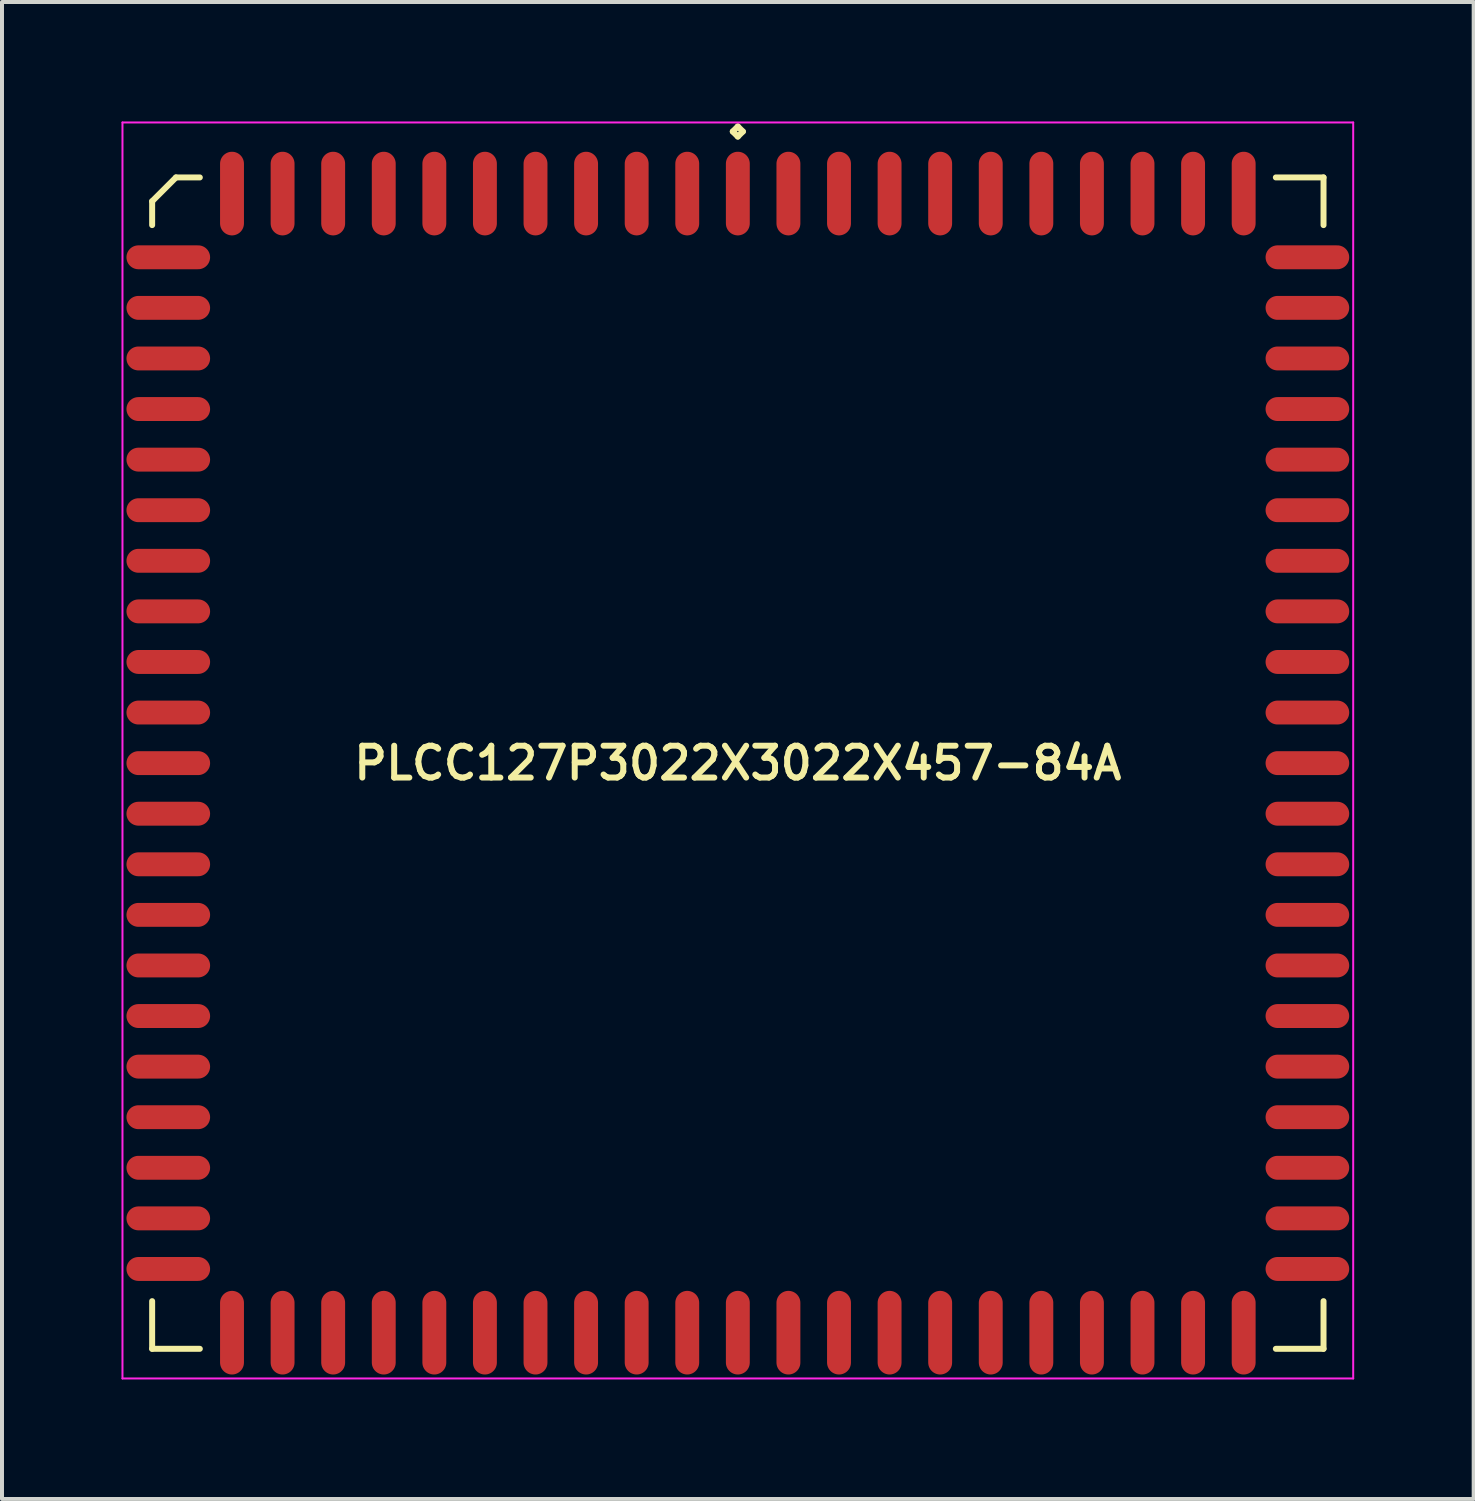
<source format=kicad_pcb>
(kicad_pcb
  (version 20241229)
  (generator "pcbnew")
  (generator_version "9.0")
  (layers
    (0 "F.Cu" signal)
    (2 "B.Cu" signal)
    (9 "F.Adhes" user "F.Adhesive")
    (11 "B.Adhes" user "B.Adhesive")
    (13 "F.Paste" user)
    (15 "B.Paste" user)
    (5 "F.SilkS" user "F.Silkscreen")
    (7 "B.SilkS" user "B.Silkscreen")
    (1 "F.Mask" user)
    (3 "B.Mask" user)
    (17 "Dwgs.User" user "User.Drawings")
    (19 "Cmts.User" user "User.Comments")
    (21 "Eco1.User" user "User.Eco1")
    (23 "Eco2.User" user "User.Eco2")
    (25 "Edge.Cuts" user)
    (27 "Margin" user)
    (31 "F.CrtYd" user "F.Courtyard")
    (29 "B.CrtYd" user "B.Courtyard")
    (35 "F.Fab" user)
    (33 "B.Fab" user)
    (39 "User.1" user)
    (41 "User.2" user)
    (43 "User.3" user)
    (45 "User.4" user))
  (footprint "PLCC127P3022X3022X457-84A"
    (layer "F.Cu")
    (at 15.475 16.11)
    (property "Reference" "PLCC127P3022X3022X457-84A" (at 0 0 0) (layer "F.SilkS") (effects (font (size 0.8 0.8) (thickness 0.15))))
    (attr smd)
    (fp_line (start -14.705 -14.107) (end -14.107 -14.705) (stroke (width 0.15) (type solid)) (layer "F.SilkS"))
    (fp_line (start -14.705 -13.508) (end -14.705 -14.107) (stroke (width 0.15) (type solid)) (layer "F.SilkS"))
    (fp_line (start -14.705 13.508) (end -14.705 14.705) (stroke (width 0.15) (type solid)) (layer "F.SilkS"))
    (fp_line (start -14.705 14.705) (end -13.508 14.705) (stroke (width 0.15) (type solid)) (layer "F.SilkS"))
    (fp_line (start -14.107 -14.705) (end -13.508 -14.705) (stroke (width 0.15) (type solid)) (layer "F.SilkS"))
    (fp_line (start -0.127 -15.858) (end 0 -15.985) (stroke (width 0.15) (type solid)) (layer "F.SilkS"))
    (fp_line (start 0 -15.985) (end 0.127 -15.858) (stroke (width 0.15) (type solid)) (layer "F.SilkS"))
    (fp_line (start 0 -15.731) (end -0.127 -15.858) (stroke (width 0.15) (type solid)) (layer "F.SilkS"))
    (fp_line (start 0.127 -15.858) (end 0 -15.731) (stroke (width 0.15) (type solid)) (layer "F.SilkS"))
    (fp_line (start 14.705 -14.705) (end 13.508 -14.705) (stroke (width 0.15) (type solid)) (layer "F.SilkS"))
    (fp_line (start 14.705 -13.508) (end 14.705 -14.705) (stroke (width 0.15) (type solid)) (layer "F.SilkS"))
    (fp_line (start 14.705 13.508) (end 14.705 14.705) (stroke (width 0.15) (type solid)) (layer "F.SilkS"))
    (fp_line (start 14.705 14.705) (end 13.508 14.705) (stroke (width 0.15) (type solid)) (layer "F.SilkS"))
    (fp_line (start -15.45 -16.085) (end 15.45 -16.085) (stroke (width 0.05) (type solid)) (layer "F.CrtYd"))
    (fp_line (start -15.45 15.45) (end -15.45 -16.085) (stroke (width 0.05) (type solid)) (layer "F.CrtYd"))
    (fp_line (start 15.45 -16.085) (end 15.45 15.45) (stroke (width 0.05) (type solid)) (layer "F.CrtYd"))
    (fp_line (start 15.45 15.45) (end -15.45 15.45) (stroke (width 0.05) (type solid)) (layer "F.CrtYd"))
    (pad "1" smd oval (at 0 -14.3) (size 0.6 2.1) (layers "F.Cu" "F.Mask" "F.Paste"))
    (pad "2" smd oval (at -1.27 -14.3) (size 0.6 2.1) (layers "F.Cu" "F.Mask" "F.Paste"))
    (pad "3" smd oval (at -2.54 -14.3) (size 0.6 2.1) (layers "F.Cu" "F.Mask" "F.Paste"))
    (pad "4" smd oval (at -3.81 -14.3) (size 0.6 2.1) (layers "F.Cu" "F.Mask" "F.Paste"))
    (pad "5" smd oval (at -5.08 -14.3) (size 0.6 2.1) (layers "F.Cu" "F.Mask" "F.Paste"))
    (pad "6" smd oval (at -6.35 -14.3) (size 0.6 2.1) (layers "F.Cu" "F.Mask" "F.Paste"))
    (pad "7" smd oval (at -7.62 -14.3) (size 0.6 2.1) (layers "F.Cu" "F.Mask" "F.Paste"))
    (pad "8" smd oval (at -8.89 -14.3) (size 0.6 2.1) (layers "F.Cu" "F.Mask" "F.Paste"))
    (pad "9" smd oval (at -10.16 -14.3) (size 0.6 2.1) (layers "F.Cu" "F.Mask" "F.Paste"))
    (pad "10" smd oval (at -11.43 -14.3) (size 0.6 2.1) (layers "F.Cu" "F.Mask" "F.Paste"))
    (pad "11" smd oval (at -12.7 -14.3) (size 0.6 2.1) (layers "F.Cu" "F.Mask" "F.Paste"))
    (pad "12" smd oval (at -14.3 -12.7) (size 2.1 0.6) (layers "F.Cu" "F.Mask" "F.Paste"))
    (pad "13" smd oval (at -14.3 -11.43) (size 2.1 0.6) (layers "F.Cu" "F.Mask" "F.Paste"))
    (pad "14" smd oval (at -14.3 -10.16) (size 2.1 0.6) (layers "F.Cu" "F.Mask" "F.Paste"))
    (pad "15" smd oval (at -14.3 -8.89) (size 2.1 0.6) (layers "F.Cu" "F.Mask" "F.Paste"))
    (pad "16" smd oval (at -14.3 -7.62) (size 2.1 0.6) (layers "F.Cu" "F.Mask" "F.Paste"))
    (pad "17" smd oval (at -14.3 -6.35) (size 2.1 0.6) (layers "F.Cu" "F.Mask" "F.Paste"))
    (pad "18" smd oval (at -14.3 -5.08) (size 2.1 0.6) (layers "F.Cu" "F.Mask" "F.Paste"))
    (pad "19" smd oval (at -14.3 -3.81) (size 2.1 0.6) (layers "F.Cu" "F.Mask" "F.Paste"))
    (pad "20" smd oval (at -14.3 -2.54) (size 2.1 0.6) (layers "F.Cu" "F.Mask" "F.Paste"))
    (pad "21" smd oval (at -14.3 -1.27) (size 2.1 0.6) (layers "F.Cu" "F.Mask" "F.Paste"))
    (pad "22" smd oval (at -14.3 0) (size 2.1 0.6) (layers "F.Cu" "F.Mask" "F.Paste"))
    (pad "23" smd oval (at -14.3 1.27) (size 2.1 0.6) (layers "F.Cu" "F.Mask" "F.Paste"))
    (pad "24" smd oval (at -14.3 2.54) (size 2.1 0.6) (layers "F.Cu" "F.Mask" "F.Paste"))
    (pad "25" smd oval (at -14.3 3.81) (size 2.1 0.6) (layers "F.Cu" "F.Mask" "F.Paste"))
    (pad "26" smd oval (at -14.3 5.08) (size 2.1 0.6) (layers "F.Cu" "F.Mask" "F.Paste"))
    (pad "27" smd oval (at -14.3 6.35) (size 2.1 0.6) (layers "F.Cu" "F.Mask" "F.Paste"))
    (pad "28" smd oval (at -14.3 7.62) (size 2.1 0.6) (layers "F.Cu" "F.Mask" "F.Paste"))
    (pad "29" smd oval (at -14.3 8.89) (size 2.1 0.6) (layers "F.Cu" "F.Mask" "F.Paste"))
    (pad "30" smd oval (at -14.3 10.16) (size 2.1 0.6) (layers "F.Cu" "F.Mask" "F.Paste"))
    (pad "31" smd oval (at -14.3 11.43) (size 2.1 0.6) (layers "F.Cu" "F.Mask" "F.Paste"))
    (pad "32" smd oval (at -14.3 12.7) (size 2.1 0.6) (layers "F.Cu" "F.Mask" "F.Paste"))
    (pad "33" smd oval (at -12.7 14.3) (size 0.6 2.1) (layers "F.Cu" "F.Mask" "F.Paste"))
    (pad "34" smd oval (at -11.43 14.3) (size 0.6 2.1) (layers "F.Cu" "F.Mask" "F.Paste"))
    (pad "35" smd oval (at -10.16 14.3) (size 0.6 2.1) (layers "F.Cu" "F.Mask" "F.Paste"))
    (pad "36" smd oval (at -8.89 14.3) (size 0.6 2.1) (layers "F.Cu" "F.Mask" "F.Paste"))
    (pad "37" smd oval (at -7.62 14.3) (size 0.6 2.1) (layers "F.Cu" "F.Mask" "F.Paste"))
    (pad "38" smd oval (at -6.35 14.3) (size 0.6 2.1) (layers "F.Cu" "F.Mask" "F.Paste"))
    (pad "39" smd oval (at -5.08 14.3) (size 0.6 2.1) (layers "F.Cu" "F.Mask" "F.Paste"))
    (pad "40" smd oval (at -3.81 14.3) (size 0.6 2.1) (layers "F.Cu" "F.Mask" "F.Paste"))
    (pad "41" smd oval (at -2.54 14.3) (size 0.6 2.1) (layers "F.Cu" "F.Mask" "F.Paste"))
    (pad "42" smd oval (at -1.27 14.3) (size 0.6 2.1) (layers "F.Cu" "F.Mask" "F.Paste"))
    (pad "43" smd oval (at 0 14.3) (size 0.6 2.1) (layers "F.Cu" "F.Mask" "F.Paste"))
    (pad "44" smd oval (at 1.27 14.3) (size 0.6 2.1) (layers "F.Cu" "F.Mask" "F.Paste"))
    (pad "45" smd oval (at 2.54 14.3) (size 0.6 2.1) (layers "F.Cu" "F.Mask" "F.Paste"))
    (pad "46" smd oval (at 3.81 14.3) (size 0.6 2.1) (layers "F.Cu" "F.Mask" "F.Paste"))
    (pad "47" smd oval (at 5.08 14.3) (size 0.6 2.1) (layers "F.Cu" "F.Mask" "F.Paste"))
    (pad "48" smd oval (at 6.35 14.3) (size 0.6 2.1) (layers "F.Cu" "F.Mask" "F.Paste"))
    (pad "49" smd oval (at 7.62 14.3) (size 0.6 2.1) (layers "F.Cu" "F.Mask" "F.Paste"))
    (pad "50" smd oval (at 8.89 14.3) (size 0.6 2.1) (layers "F.Cu" "F.Mask" "F.Paste"))
    (pad "51" smd oval (at 10.16 14.3) (size 0.6 2.1) (layers "F.Cu" "F.Mask" "F.Paste"))
    (pad "52" smd oval (at 11.43 14.3) (size 0.6 2.1) (layers "F.Cu" "F.Mask" "F.Paste"))
    (pad "53" smd oval (at 12.7 14.3) (size 0.6 2.1) (layers "F.Cu" "F.Mask" "F.Paste"))
    (pad "54" smd oval (at 14.3 12.7) (size 2.1 0.6) (layers "F.Cu" "F.Mask" "F.Paste"))
    (pad "55" smd oval (at 14.3 11.43) (size 2.1 0.6) (layers "F.Cu" "F.Mask" "F.Paste"))
    (pad "56" smd oval (at 14.3 10.16) (size 2.1 0.6) (layers "F.Cu" "F.Mask" "F.Paste"))
    (pad "57" smd oval (at 14.3 8.89) (size 2.1 0.6) (layers "F.Cu" "F.Mask" "F.Paste"))
    (pad "58" smd oval (at 14.3 7.62) (size 2.1 0.6) (layers "F.Cu" "F.Mask" "F.Paste"))
    (pad "59" smd oval (at 14.3 6.35) (size 2.1 0.6) (layers "F.Cu" "F.Mask" "F.Paste"))
    (pad "60" smd oval (at 14.3 5.08) (size 2.1 0.6) (layers "F.Cu" "F.Mask" "F.Paste"))
    (pad "61" smd oval (at 14.3 3.81) (size 2.1 0.6) (layers "F.Cu" "F.Mask" "F.Paste"))
    (pad "62" smd oval (at 14.3 2.54) (size 2.1 0.6) (layers "F.Cu" "F.Mask" "F.Paste"))
    (pad "63" smd oval (at 14.3 1.27) (size 2.1 0.6) (layers "F.Cu" "F.Mask" "F.Paste"))
    (pad "64" smd oval (at 14.3 0) (size 2.1 0.6) (layers "F.Cu" "F.Mask" "F.Paste"))
    (pad "65" smd oval (at 14.3 -1.27) (size 2.1 0.6) (layers "F.Cu" "F.Mask" "F.Paste"))
    (pad "66" smd oval (at 14.3 -2.54) (size 2.1 0.6) (layers "F.Cu" "F.Mask" "F.Paste"))
    (pad "67" smd oval (at 14.3 -3.81) (size 2.1 0.6) (layers "F.Cu" "F.Mask" "F.Paste"))
    (pad "68" smd oval (at 14.3 -5.08) (size 2.1 0.6) (layers "F.Cu" "F.Mask" "F.Paste"))
    (pad "69" smd oval (at 14.3 -6.35) (size 2.1 0.6) (layers "F.Cu" "F.Mask" "F.Paste"))
    (pad "70" smd oval (at 14.3 -7.62) (size 2.1 0.6) (layers "F.Cu" "F.Mask" "F.Paste"))
    (pad "71" smd oval (at 14.3 -8.89) (size 2.1 0.6) (layers "F.Cu" "F.Mask" "F.Paste"))
    (pad "72" smd oval (at 14.3 -10.16) (size 2.1 0.6) (layers "F.Cu" "F.Mask" "F.Paste"))
    (pad "73" smd oval (at 14.3 -11.43) (size 2.1 0.6) (layers "F.Cu" "F.Mask" "F.Paste"))
    (pad "74" smd oval (at 14.3 -12.7) (size 2.1 0.6) (layers "F.Cu" "F.Mask" "F.Paste"))
    (pad "75" smd oval (at 12.7 -14.3) (size 0.6 2.1) (layers "F.Cu" "F.Mask" "F.Paste"))
    (pad "76" smd oval (at 11.43 -14.3) (size 0.6 2.1) (layers "F.Cu" "F.Mask" "F.Paste"))
    (pad "77" smd oval (at 10.16 -14.3) (size 0.6 2.1) (layers "F.Cu" "F.Mask" "F.Paste"))
    (pad "78" smd oval (at 8.89 -14.3) (size 0.6 2.1) (layers "F.Cu" "F.Mask" "F.Paste"))
    (pad "79" smd oval (at 7.62 -14.3) (size 0.6 2.1) (layers "F.Cu" "F.Mask" "F.Paste"))
    (pad "80" smd oval (at 6.35 -14.3) (size 0.6 2.1) (layers "F.Cu" "F.Mask" "F.Paste"))
    (pad "81" smd oval (at 5.08 -14.3) (size 0.6 2.1) (layers "F.Cu" "F.Mask" "F.Paste"))
    (pad "82" smd oval (at 3.81 -14.3) (size 0.6 2.1) (layers "F.Cu" "F.Mask" "F.Paste"))
    (pad "83" smd oval (at 2.54 -14.3) (size 0.6 2.1) (layers "F.Cu" "F.Mask" "F.Paste"))
    (pad "84" smd oval (at 1.27 -14.3) (size 0.6 2.1) (layers "F.Cu" "F.Mask" "F.Paste")))
  (gr_rect
    (start -3 -3)
    (end 33.95 34.585)
    (stroke (width 0.1) (type default))
    (fill no)
    (layer "Edge.Cuts")))
</source>
